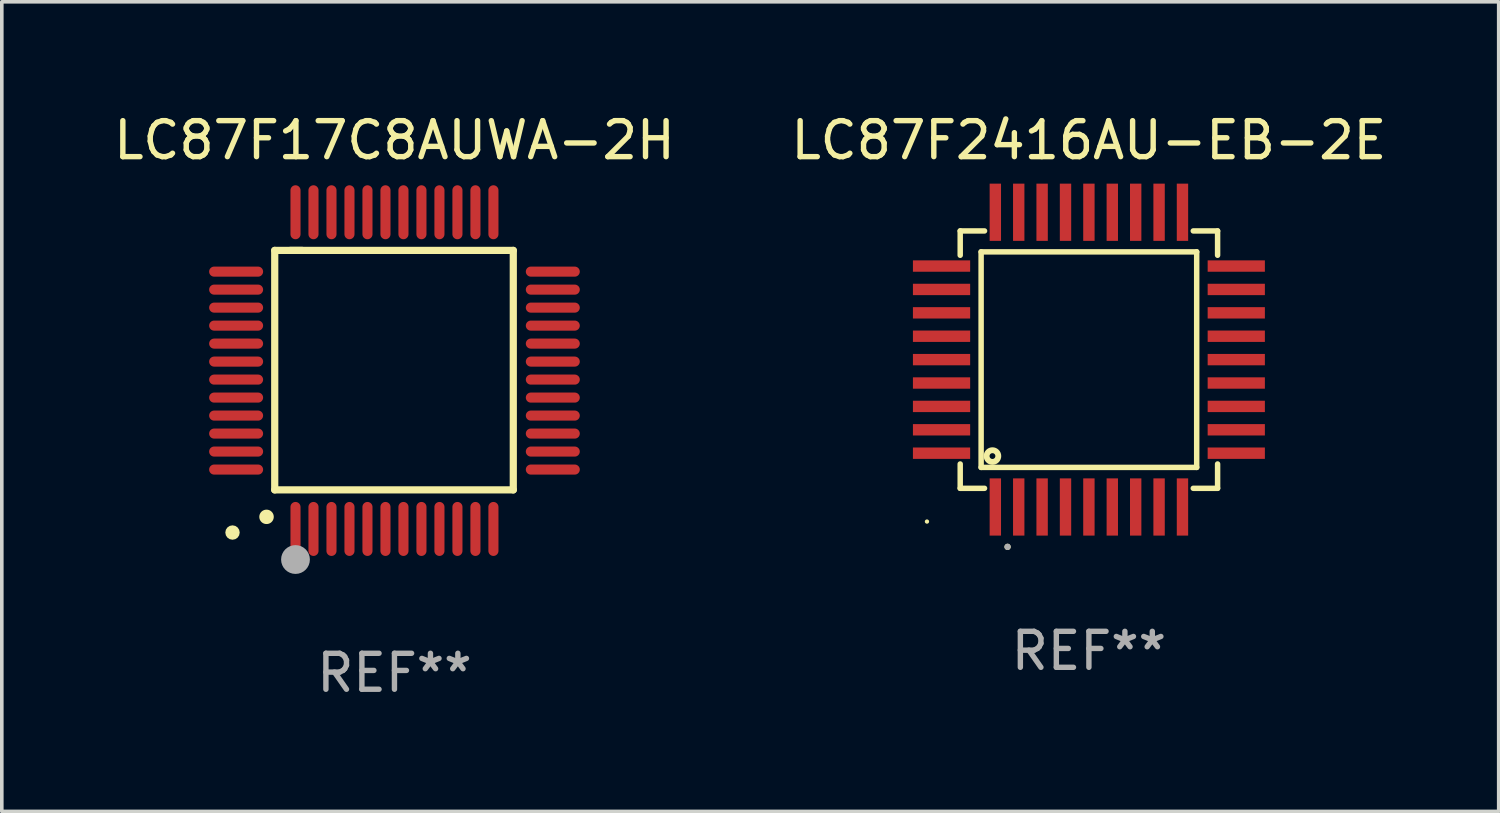
<source format=kicad_pcb>
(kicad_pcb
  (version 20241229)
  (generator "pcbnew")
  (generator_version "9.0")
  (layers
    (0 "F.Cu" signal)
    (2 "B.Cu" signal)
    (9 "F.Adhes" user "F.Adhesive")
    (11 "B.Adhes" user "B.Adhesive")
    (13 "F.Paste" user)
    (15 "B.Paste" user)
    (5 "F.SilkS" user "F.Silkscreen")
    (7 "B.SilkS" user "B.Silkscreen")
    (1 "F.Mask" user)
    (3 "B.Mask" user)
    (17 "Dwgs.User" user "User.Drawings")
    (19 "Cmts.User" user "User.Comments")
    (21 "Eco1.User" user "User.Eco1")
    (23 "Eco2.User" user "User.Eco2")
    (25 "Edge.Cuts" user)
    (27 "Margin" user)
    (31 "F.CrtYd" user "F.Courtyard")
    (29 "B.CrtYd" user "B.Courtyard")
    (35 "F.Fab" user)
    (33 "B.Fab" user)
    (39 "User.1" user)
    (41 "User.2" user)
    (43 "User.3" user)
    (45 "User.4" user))
  (footprint "LC87F17C8AUWA-2H"
    (layer "F.Cu")
    (at 7.911 7.248)
    (property "Reference" "LC87F17C8AUWA-2H" (at 0 -6.4 0) (layer "F.SilkS") (effects (font (size 1 1) (thickness 0.15))))
    (attr through_hole)
    (fp_line (start -3.327 -3.34) (end -2.565 -3.34) (stroke (width 0.2) (type solid)) (layer "F.SilkS"))
    (fp_line (start -3.327 3.315) (end -3.327 -3.34) (stroke (width 0.2) (type solid)) (layer "F.SilkS"))
    (fp_line (start -2.896 -3.34) (end 3.302 -3.34) (stroke (width 0.2) (type solid)) (layer "F.SilkS"))
    (fp_line (start 3.302 -3.34) (end 3.302 3.315) (stroke (width 0.2) (type solid)) (layer "F.SilkS"))
    (fp_line (start 3.302 3.315) (end -3.327 3.315) (stroke (width 0.2) (type solid)) (layer "F.SilkS"))
    (fp_arc (start -3.556007 4.064008) (mid -3.554737 4.064004) (end -3.553467 4.064008) (stroke (width 0.4) (type solid)) (layer "F.SilkS"))
    (fp_circle (center -4.5 4.5) (end -4.4 4.5) (stroke (width 0.2) (type solid)) (fill no) (layer "F.SilkS"))
    (fp_circle (center -2.75 5.25) (end -2.55 5.25) (stroke (width 0.4) (type solid)) (fill no) (layer "F.Fab"))
    (fp_text user "REF**" (at 0 8.4 0) (layer "F.Fab") (effects (font (size 1 1) (thickness 0.15))))
    (pad "1" smd oval (at -2.75 4.4 180) (size 0.28 1.5) (layers "F.Cu" "F.Mask" "F.Paste"))
    (pad "2" smd oval (at -2.25 4.4 180) (size 0.28 1.5) (layers "F.Cu" "F.Mask" "F.Paste"))
    (pad "3" smd oval (at -1.75 4.4 180) (size 0.28 1.5) (layers "F.Cu" "F.Mask" "F.Paste"))
    (pad "4" smd oval (at -1.25 4.4 180) (size 0.28 1.5) (layers "F.Cu" "F.Mask" "F.Paste"))
    (pad "5" smd oval (at -0.75 4.4 180) (size 0.28 1.5) (layers "F.Cu" "F.Mask" "F.Paste"))
    (pad "6" smd oval (at -0.25 4.4 180) (size 0.28 1.5) (layers "F.Cu" "F.Mask" "F.Paste"))
    (pad "7" smd oval (at 0.25 4.4 180) (size 0.28 1.5) (layers "F.Cu" "F.Mask" "F.Paste"))
    (pad "8" smd oval (at 0.75 4.4 180) (size 0.28 1.5) (layers "F.Cu" "F.Mask" "F.Paste"))
    (pad "9" smd oval (at 1.25 4.4 180) (size 0.28 1.5) (layers "F.Cu" "F.Mask" "F.Paste"))
    (pad "10" smd oval (at 1.75 4.4 180) (size 0.28 1.5) (layers "F.Cu" "F.Mask" "F.Paste"))
    (pad "11" smd oval (at 2.25 4.4 180) (size 0.28 1.5) (layers "F.Cu" "F.Mask" "F.Paste"))
    (pad "12" smd oval (at 2.75 4.4 180) (size 0.28 1.5) (layers "F.Cu" "F.Mask" "F.Paste"))
    (pad "13" smd oval (at 4.4 2.75 90) (size 0.28 1.5) (layers "F.Cu" "F.Mask" "F.Paste"))
    (pad "14" smd oval (at 4.4 2.25 90) (size 0.28 1.5) (layers "F.Cu" "F.Mask" "F.Paste"))
    (pad "15" smd oval (at 4.4 1.75 90) (size 0.28 1.5) (layers "F.Cu" "F.Mask" "F.Paste"))
    (pad "16" smd oval (at 4.4 1.25 90) (size 0.28 1.5) (layers "F.Cu" "F.Mask" "F.Paste"))
    (pad "17" smd oval (at 4.4 0.75 90) (size 0.28 1.5) (layers "F.Cu" "F.Mask" "F.Paste"))
    (pad "18" smd oval (at 4.4 0.25 90) (size 0.28 1.5) (layers "F.Cu" "F.Mask" "F.Paste"))
    (pad "19" smd oval (at 4.4 -0.25 90) (size 0.28 1.5) (layers "F.Cu" "F.Mask" "F.Paste"))
    (pad "20" smd oval (at 4.4 -0.75 90) (size 0.28 1.5) (layers "F.Cu" "F.Mask" "F.Paste"))
    (pad "21" smd oval (at 4.4 -1.25 90) (size 0.28 1.5) (layers "F.Cu" "F.Mask" "F.Paste"))
    (pad "22" smd oval (at 4.4 -1.75 90) (size 0.28 1.5) (layers "F.Cu" "F.Mask" "F.Paste"))
    (pad "23" smd oval (at 4.4 -2.25 90) (size 0.28 1.5) (layers "F.Cu" "F.Mask" "F.Paste"))
    (pad "24" smd oval (at 4.4 -2.75 90) (size 0.28 1.5) (layers "F.Cu" "F.Mask" "F.Paste"))
    (pad "25" smd oval (at 2.75 -4.4 180) (size 0.28 1.5) (layers "F.Cu" "F.Mask" "F.Paste"))
    (pad "26" smd oval (at 2.25 -4.4 180) (size 0.28 1.5) (layers "F.Cu" "F.Mask" "F.Paste"))
    (pad "27" smd oval (at 1.75 -4.4 180) (size 0.28 1.5) (layers "F.Cu" "F.Mask" "F.Paste"))
    (pad "28" smd oval (at 1.25 -4.4 180) (size 0.28 1.5) (layers "F.Cu" "F.Mask" "F.Paste"))
    (pad "29" smd oval (at 0.75 -4.4 180) (size 0.28 1.5) (layers "F.Cu" "F.Mask" "F.Paste"))
    (pad "30" smd oval (at 0.25 -4.4 180) (size 0.28 1.5) (layers "F.Cu" "F.Mask" "F.Paste"))
    (pad "31" smd oval (at -0.25 -4.4 180) (size 0.28 1.5) (layers "F.Cu" "F.Mask" "F.Paste"))
    (pad "32" smd oval (at -0.75 -4.4 180) (size 0.28 1.5) (layers "F.Cu" "F.Mask" "F.Paste"))
    (pad "33" smd oval (at -1.25 -4.4 180) (size 0.28 1.5) (layers "F.Cu" "F.Mask" "F.Paste"))
    (pad "34" smd oval (at -1.75 -4.4 180) (size 0.28 1.5) (layers "F.Cu" "F.Mask" "F.Paste"))
    (pad "35" smd oval (at -2.25 -4.4 180) (size 0.28 1.5) (layers "F.Cu" "F.Mask" "F.Paste"))
    (pad "36" smd oval (at -2.75 -4.4 180) (size 0.28 1.5) (layers "F.Cu" "F.Mask" "F.Paste"))
    (pad "37" smd oval (at -4.4 -2.75 90) (size 0.28 1.5) (layers "F.Cu" "F.Mask" "F.Paste"))
    (pad "38" smd oval (at -4.4 -2.25 90) (size 0.28 1.5) (layers "F.Cu" "F.Mask" "F.Paste"))
    (pad "39" smd oval (at -4.4 -1.75 90) (size 0.28 1.5) (layers "F.Cu" "F.Mask" "F.Paste"))
    (pad "40" smd oval (at -4.4 -1.25 90) (size 0.28 1.5) (layers "F.Cu" "F.Mask" "F.Paste"))
    (pad "41" smd oval (at -4.4 -0.75 90) (size 0.28 1.5) (layers "F.Cu" "F.Mask" "F.Paste"))
    (pad "42" smd oval (at -4.4 -0.25 90) (size 0.28 1.5) (layers "F.Cu" "F.Mask" "F.Paste"))
    (pad "43" smd oval (at -4.4 0.25 90) (size 0.28 1.5) (layers "F.Cu" "F.Mask" "F.Paste"))
    (pad "44" smd oval (at -4.4 0.75 90) (size 0.28 1.5) (layers "F.Cu" "F.Mask" "F.Paste"))
    (pad "45" smd oval (at -4.4 1.25 90) (size 0.28 1.5) (layers "F.Cu" "F.Mask" "F.Paste"))
    (pad "46" smd oval (at -4.4 1.75 90) (size 0.28 1.5) (layers "F.Cu" "F.Mask" "F.Paste"))
    (pad "47" smd oval (at -4.4 2.25 90) (size 0.28 1.5) (layers "F.Cu" "F.Mask" "F.Paste"))
    (pad "48" smd oval (at -4.4 2.75 90) (size 0.28 1.5) (layers "F.Cu" "F.Mask" "F.Paste")))
  (footprint "LC87F2416AU-EB-2E"
    (layer "F.Cu")
    (at 27.208 6.943)
    (property "Reference" "LC87F2416AU-EB-2E" (at 0 -6.095 0) (layer "F.SilkS") (effects (font (size 1 1) (thickness 0.15))))
    (attr through_hole)
    (fp_line (start -3.576 -3.576) (end -3.576 -2.9) (stroke (width 0.152) (type solid)) (layer "F.SilkS"))
    (fp_line (start -3.576 3.576) (end -3.576 2.9) (stroke (width 0.152) (type solid)) (layer "F.SilkS"))
    (fp_line (start -2.995 -2.995) (end 2.995 -2.995) (stroke (width 0.152) (type solid)) (layer "F.SilkS"))
    (fp_line (start -2.995 2.995) (end -2.995 -2.995) (stroke (width 0.152) (type solid)) (layer "F.SilkS"))
    (fp_line (start -2.9 -3.576) (end -3.576 -3.576) (stroke (width 0.152) (type solid)) (layer "F.SilkS"))
    (fp_line (start -2.9 3.576) (end -3.576 3.576) (stroke (width 0.152) (type solid)) (layer "F.SilkS"))
    (fp_line (start 2.9 -3.576) (end 3.576 -3.576) (stroke (width 0.152) (type solid)) (layer "F.SilkS"))
    (fp_line (start 2.9 3.576) (end 3.576 3.576) (stroke (width 0.152) (type solid)) (layer "F.SilkS"))
    (fp_line (start 2.995 -2.995) (end 2.995 2.995) (stroke (width 0.152) (type solid)) (layer "F.SilkS"))
    (fp_line (start 2.995 2.995) (end -2.995 2.995) (stroke (width 0.152) (type solid)) (layer "F.SilkS"))
    (fp_line (start 3.576 -3.576) (end 3.576 -2.9) (stroke (width 0.152) (type solid)) (layer "F.SilkS"))
    (fp_line (start 3.576 3.576) (end 3.576 2.9) (stroke (width 0.152) (type solid)) (layer "F.SilkS"))
    (fp_circle (center -4.5 4.5) (end -4.47 4.5) (stroke (width 0.06) (type solid)) (fill no) (layer "F.SilkS"))
    (fp_circle (center -2.68 2.68) (end -2.599 2.68) (stroke (width 0.163) (type solid)) (fill no) (layer "F.SilkS"))
    (fp_circle (center -2.26 5.203) (end -2.216 5.203) (stroke (width 0.088) (type solid)) (fill no) (layer "F.SilkS"))
    (fp_circle (center -2.26 5.203) (end -2.216 5.203) (stroke (width 0.088) (type solid)) (fill no) (layer "F.Fab"))
    (fp_text user "REF**" (at 0 8.095 0) (layer "F.Fab") (effects (font (size 1 1) (thickness 0.15))))
    (pad "1" smd rect (at -2.6 4.095) (size 0.316 1.59) (layers "F.Cu" "F.Mask" "F.Paste"))
    (pad "2" smd rect (at -1.95 4.095) (size 0.316 1.59) (layers "F.Cu" "F.Mask" "F.Paste"))
    (pad "3" smd rect (at -1.3 4.095) (size 0.316 1.59) (layers "F.Cu" "F.Mask" "F.Paste"))
    (pad "4" smd rect (at -0.65 4.095) (size 0.316 1.59) (layers "F.Cu" "F.Mask" "F.Paste"))
    (pad "5" smd rect (at 0 4.095) (size 0.316 1.59) (layers "F.Cu" "F.Mask" "F.Paste"))
    (pad "6" smd rect (at 0.65 4.095) (size 0.316 1.59) (layers "F.Cu" "F.Mask" "F.Paste"))
    (pad "7" smd rect (at 1.3 4.095) (size 0.316 1.59) (layers "F.Cu" "F.Mask" "F.Paste"))
    (pad "8" smd rect (at 1.95 4.095) (size 0.316 1.59) (layers "F.Cu" "F.Mask" "F.Paste"))
    (pad "9" smd rect (at 2.6 4.095) (size 0.316 1.59) (layers "F.Cu" "F.Mask" "F.Paste"))
    (pad "10" smd rect (at 4.095 2.6) (size 1.59 0.316) (layers "F.Cu" "F.Mask" "F.Paste"))
    (pad "11" smd rect (at 4.095 1.95) (size 1.59 0.316) (layers "F.Cu" "F.Mask" "F.Paste"))
    (pad "12" smd rect (at 4.095 1.3) (size 1.59 0.316) (layers "F.Cu" "F.Mask" "F.Paste"))
    (pad "13" smd rect (at 4.095 0.65) (size 1.59 0.316) (layers "F.Cu" "F.Mask" "F.Paste"))
    (pad "14" smd rect (at 4.095 0) (size 1.59 0.316) (layers "F.Cu" "F.Mask" "F.Paste"))
    (pad "15" smd rect (at 4.095 -0.65) (size 1.59 0.316) (layers "F.Cu" "F.Mask" "F.Paste"))
    (pad "16" smd rect (at 4.095 -1.3) (size 1.59 0.316) (layers "F.Cu" "F.Mask" "F.Paste"))
    (pad "17" smd rect (at 4.095 -1.95) (size 1.59 0.316) (layers "F.Cu" "F.Mask" "F.Paste"))
    (pad "18" smd rect (at 4.095 -2.6) (size 1.59 0.316) (layers "F.Cu" "F.Mask" "F.Paste"))
    (pad "19" smd rect (at 2.6 -4.095) (size 0.316 1.59) (layers "F.Cu" "F.Mask" "F.Paste"))
    (pad "20" smd rect (at 1.95 -4.095) (size 0.316 1.59) (layers "F.Cu" "F.Mask" "F.Paste"))
    (pad "21" smd rect (at 1.3 -4.095) (size 0.316 1.59) (layers "F.Cu" "F.Mask" "F.Paste"))
    (pad "22" smd rect (at 0.65 -4.095) (size 0.316 1.59) (layers "F.Cu" "F.Mask" "F.Paste"))
    (pad "23" smd rect (at 0 -4.095) (size 0.316 1.59) (layers "F.Cu" "F.Mask" "F.Paste"))
    (pad "24" smd rect (at -0.65 -4.095) (size 0.316 1.59) (layers "F.Cu" "F.Mask" "F.Paste"))
    (pad "25" smd rect (at -1.3 -4.095) (size 0.316 1.59) (layers "F.Cu" "F.Mask" "F.Paste"))
    (pad "26" smd rect (at -1.95 -4.095) (size 0.316 1.59) (layers "F.Cu" "F.Mask" "F.Paste"))
    (pad "27" smd rect (at -2.6 -4.095) (size 0.316 1.59) (layers "F.Cu" "F.Mask" "F.Paste"))
    (pad "28" smd rect (at -4.095 -2.6) (size 1.59 0.316) (layers "F.Cu" "F.Mask" "F.Paste"))
    (pad "29" smd rect (at -4.095 -1.95) (size 1.59 0.316) (layers "F.Cu" "F.Mask" "F.Paste"))
    (pad "30" smd rect (at -4.095 -1.3) (size 1.59 0.316) (layers "F.Cu" "F.Mask" "F.Paste"))
    (pad "31" smd rect (at -4.095 -0.65) (size 1.59 0.316) (layers "F.Cu" "F.Mask" "F.Paste"))
    (pad "32" smd rect (at -4.095 0) (size 1.59 0.316) (layers "F.Cu" "F.Mask" "F.Paste"))
    (pad "33" smd rect (at -4.095 0.65) (size 1.59 0.316) (layers "F.Cu" "F.Mask" "F.Paste"))
    (pad "34" smd rect (at -4.095 1.3) (size 1.59 0.316) (layers "F.Cu" "F.Mask" "F.Paste"))
    (pad "35" smd rect (at -4.095 1.95) (size 1.59 0.316) (layers "F.Cu" "F.Mask" "F.Paste"))
    (pad "36" smd rect (at -4.095 2.6) (size 1.59 0.316) (layers "F.Cu" "F.Mask" "F.Paste")))
  (gr_rect
    (start -3 -3)
    (end 38.595 19.497)
    (stroke (width 0.1) (type default))
    (fill no)
    (layer "Edge.Cuts")))
</source>
